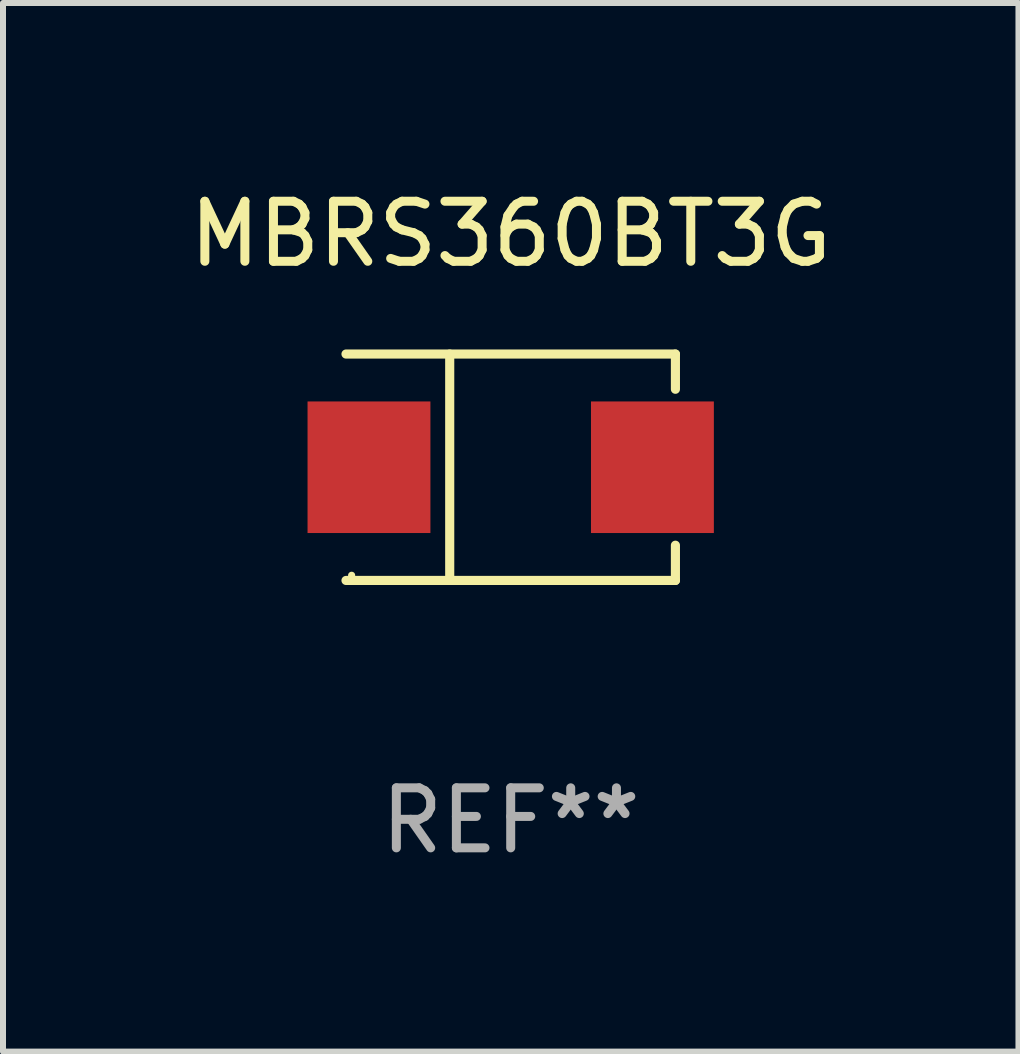
<source format=kicad_pcb>
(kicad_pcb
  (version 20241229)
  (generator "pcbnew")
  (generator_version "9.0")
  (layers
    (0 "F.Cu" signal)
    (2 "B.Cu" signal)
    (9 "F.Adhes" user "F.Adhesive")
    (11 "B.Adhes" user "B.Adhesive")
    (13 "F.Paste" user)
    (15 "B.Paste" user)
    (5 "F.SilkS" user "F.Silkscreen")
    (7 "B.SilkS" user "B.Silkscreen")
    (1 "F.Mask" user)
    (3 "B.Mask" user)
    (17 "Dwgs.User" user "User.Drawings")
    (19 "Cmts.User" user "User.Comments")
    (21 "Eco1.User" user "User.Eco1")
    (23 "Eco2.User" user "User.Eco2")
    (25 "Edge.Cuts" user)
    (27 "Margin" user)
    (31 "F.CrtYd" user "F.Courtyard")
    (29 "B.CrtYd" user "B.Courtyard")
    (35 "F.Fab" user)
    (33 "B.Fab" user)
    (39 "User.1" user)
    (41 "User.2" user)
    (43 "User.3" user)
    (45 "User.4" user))
  (footprint "MBRS360BT3G"
    (layer "F.Cu")
    (at 5.458 4.734)
    (property "Reference" "MBRS360BT3G" (at 0 -3.886 0) (layer "F.SilkS") (effects (font (size 1 1) (thickness 0.15))))
    (attr through_hole)
    (fp_line (start -2.744 -1.886) (end 2.744 -1.886) (stroke (width 0.152) (type solid)) (layer "F.SilkS"))
    (fp_line (start -2.744 1.886) (end 2.744 1.886) (stroke (width 0.152) (type solid)) (layer "F.SilkS"))
    (fp_line (start -1.016 -1.886) (end -1.016 1.886) (stroke (width 0.152) (type solid)) (layer "F.SilkS"))
    (fp_line (start 2.744 -1.886) (end 2.744 -1.299) (stroke (width 0.152) (type solid)) (layer "F.SilkS"))
    (fp_line (start 2.744 1.886) (end 2.744 1.299) (stroke (width 0.152) (type solid)) (layer "F.SilkS"))
    (fp_circle (center -2.65 1.8) (end -2.62 1.8) (stroke (width 0.06) (type solid)) (fill no) (layer "F.SilkS"))
    (fp_text user "REF**" (at 0 5.886 0) (layer "F.Fab") (effects (font (size 1 1) (thickness 0.15))))
    (pad "1" smd rect (at -2.361 0) (size 2.047 2.192) (layers "F.Cu" "F.Mask" "F.Paste"))
    (pad "2" smd rect (at 2.361 0) (size 2.047 2.192) (layers "F.Cu" "F.Mask" "F.Paste")))
  (gr_rect
    (start -3 -3)
    (end 13.917 14.469)
    (stroke (width 0.1) (type default))
    (fill no)
    (layer "Edge.Cuts")))
</source>
